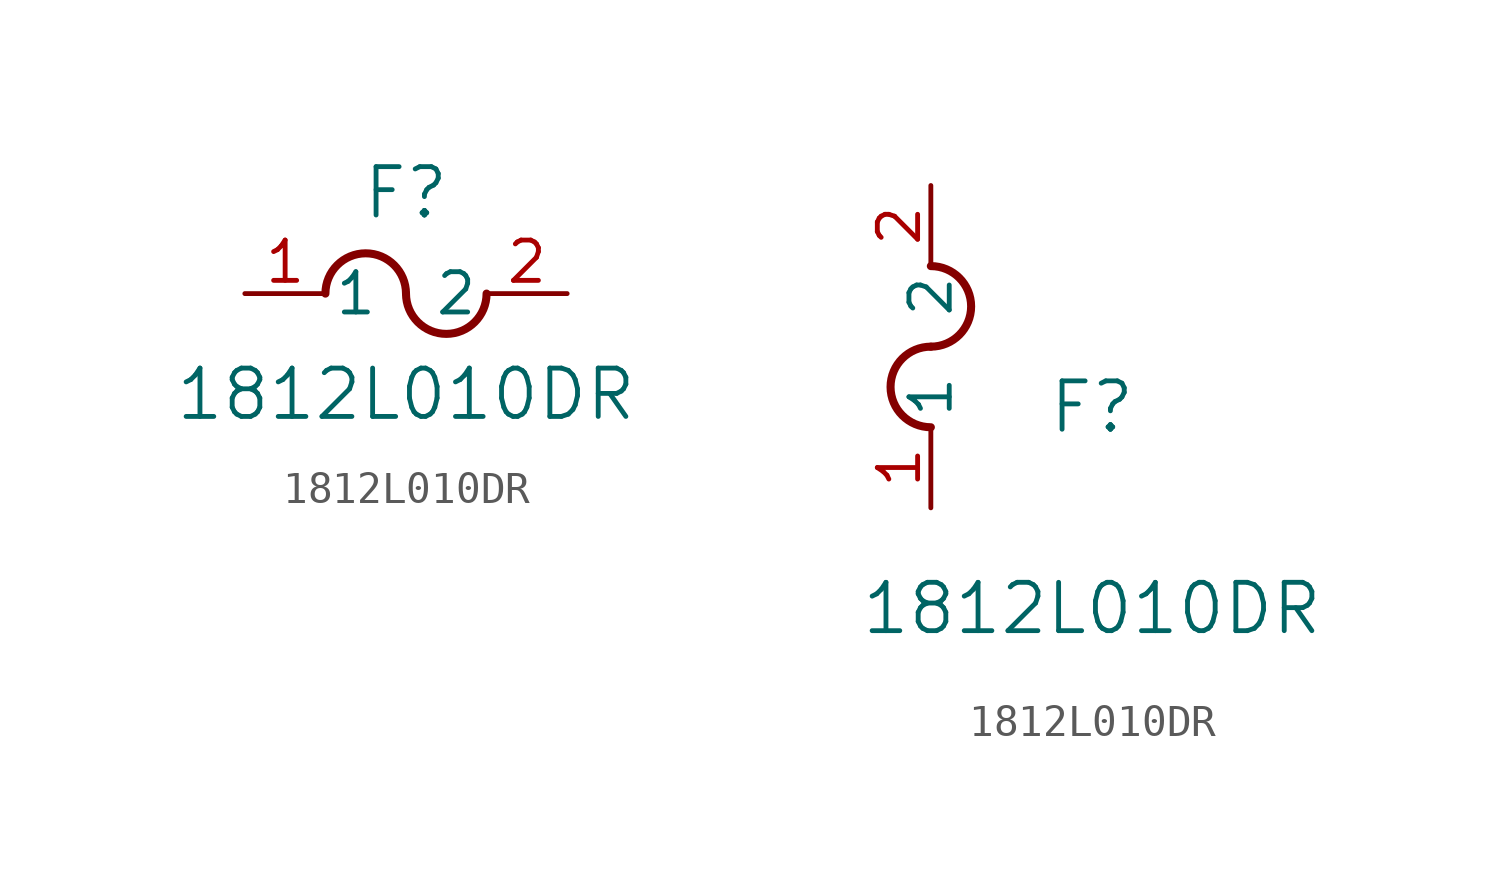
<source format=kicad_sym>
(kicad_symbol_lib
  (version 20211014)
  (generator kicad_symbol_editor)
  (symbol "1812L010DR"
    (pin_names
      (offset 0.254))
    (property "Reference" "F"
      (at 5.08 3.175 0)
      (effects (font (size 1.524 1.524))))
    (property "Value" "1812L010DR"
      (at 5.08 -3.175 0)
      (effects (font (size 1.524 1.524))))
    (symbol "1812L010DR_1_1"
      (arc (start 5.08 0) (mid 3.81 1.27) (end 2.54 0) (stroke (width 0.254) (type default) (color 0 0 0 0)) (fill (type none)))
      (arc (start 5.08 0) (mid 6.35 -1.27) (end 7.62 0) (stroke (width 0.254) (type default) (color 0 0 0 0)) (fill (type none)))
      (pin unspecified line (at 0 0 0) (length 2.54) (name "1" (effects (font (size 1.27 1.27)))) (number "1" (effects (font (size 1.27 1.27)))))
      (pin unspecified line (at 10.16 0 180) (length 2.54) (name "2" (effects (font (size 1.27 1.27)))) (number "2" (effects (font (size 1.27 1.27))))))
    (symbol "1812L010DR_1_2"
      (arc (start 0 5.08) (mid -1.27 3.81) (end 0 2.54) (stroke (width 0.254) (type default) (color 0 0 0 0)) (fill (type none)))
      (arc (start 0 5.08) (mid 1.27 6.35) (end 0 7.62) (stroke (width 0.254) (type default) (color 0 0 0 0)) (fill (type none)))
      (pin unspecified line (at 0 0 90) (length 2.54) (name "1" (effects (font (size 1.27 1.27)))) (number "1" (effects (font (size 1.27 1.27)))))
      (pin unspecified line (at 0 10.16 270) (length 2.54) (name "2" (effects (font (size 1.27 1.27)))) (number "2" (effects (font (size 1.27 1.27))))))))
</source>
